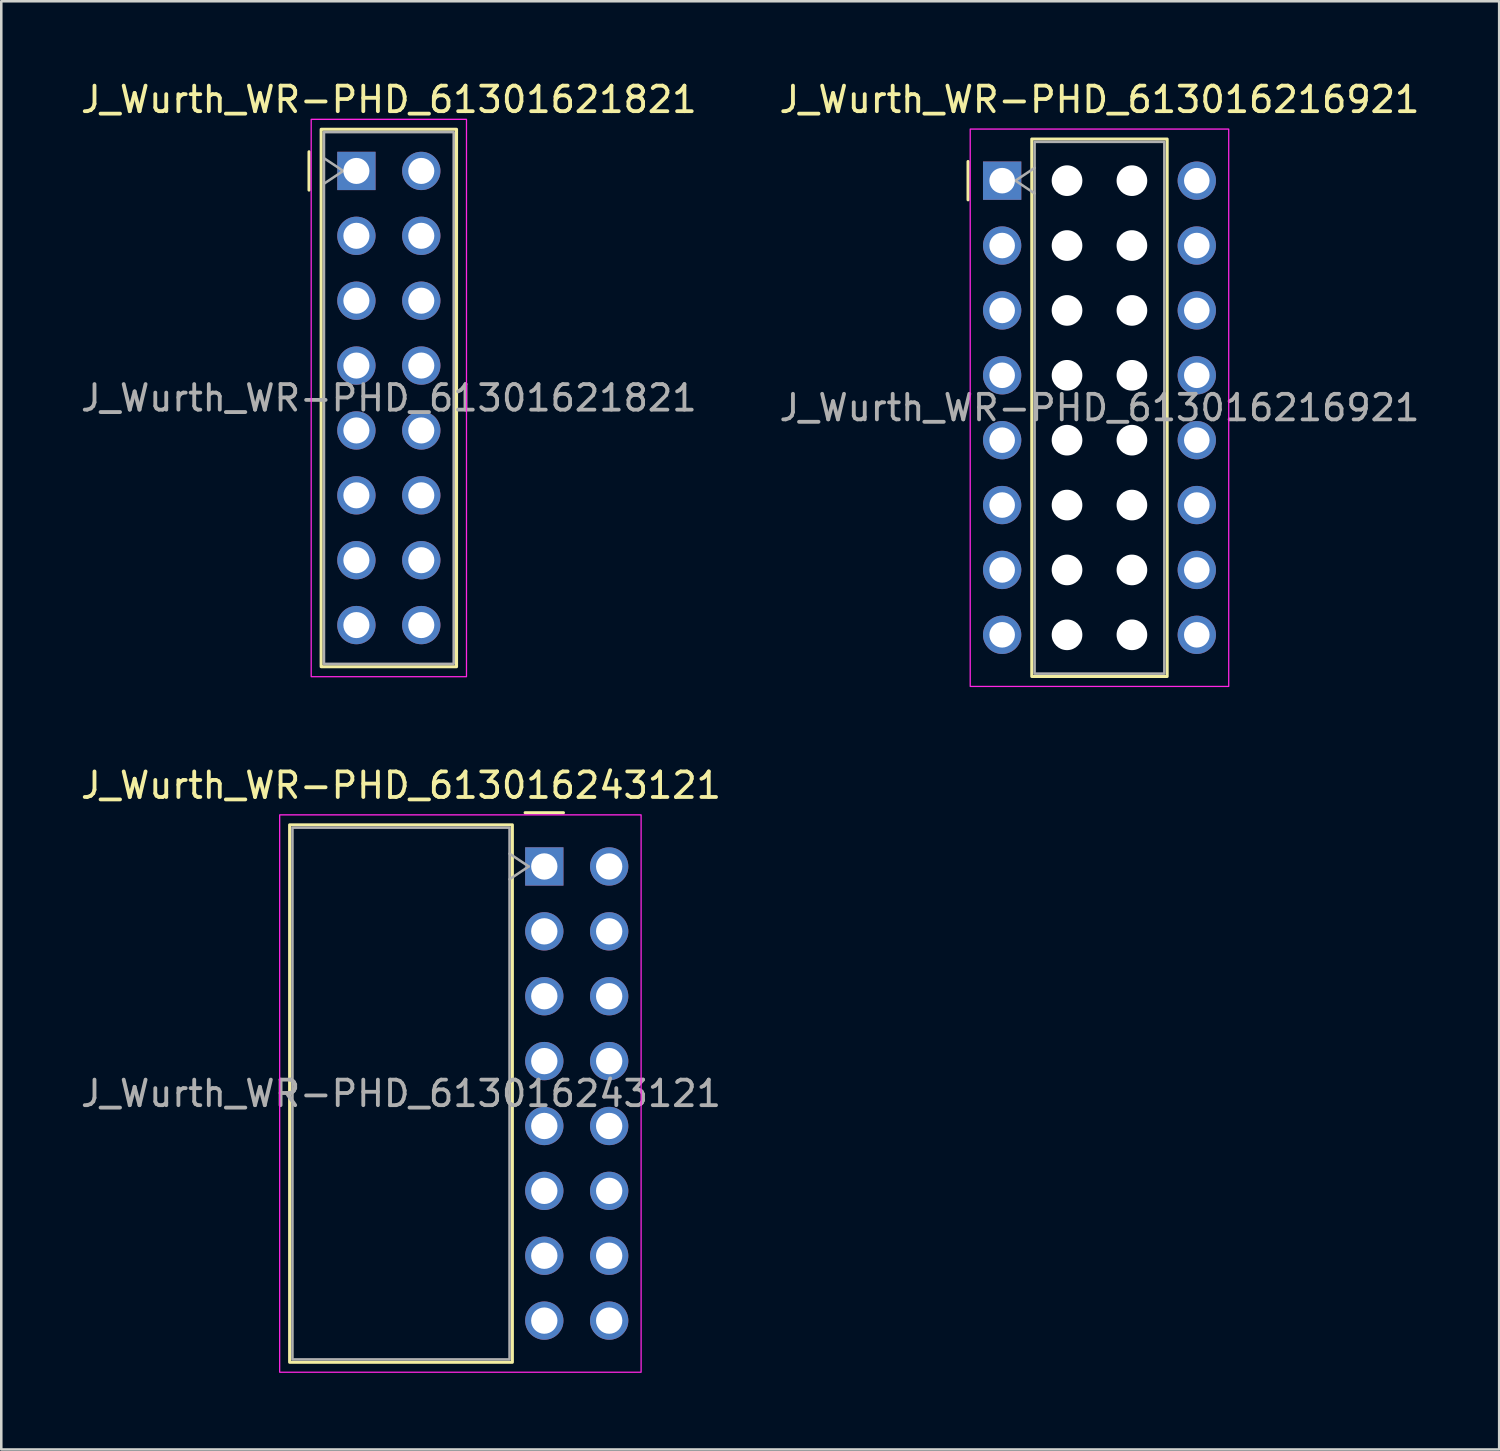
<source format=kicad_pcb>
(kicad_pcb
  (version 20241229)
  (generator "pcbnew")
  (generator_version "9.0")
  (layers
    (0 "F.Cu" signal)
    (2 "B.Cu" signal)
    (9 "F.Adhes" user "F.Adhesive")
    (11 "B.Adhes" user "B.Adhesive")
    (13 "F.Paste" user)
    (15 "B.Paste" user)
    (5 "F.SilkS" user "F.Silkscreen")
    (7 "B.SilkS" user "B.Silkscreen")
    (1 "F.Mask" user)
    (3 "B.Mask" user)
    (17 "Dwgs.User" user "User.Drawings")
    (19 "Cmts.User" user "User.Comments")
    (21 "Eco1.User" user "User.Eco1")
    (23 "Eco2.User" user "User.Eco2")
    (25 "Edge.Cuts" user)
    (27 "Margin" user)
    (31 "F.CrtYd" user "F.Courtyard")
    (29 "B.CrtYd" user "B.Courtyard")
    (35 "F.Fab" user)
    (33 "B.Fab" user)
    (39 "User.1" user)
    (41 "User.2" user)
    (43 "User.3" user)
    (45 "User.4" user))
  (footprint "J_Wurth_WR-PHD_61301621821"
    (layer "F.Cu")
    (at 10.903 3.642)
    (property "Reference" "J_Wurth_WR-PHD_61301621821" (at 1.27 -2.794 0) (unlocked yes) (layer "F.SilkS") (effects (font (size 1 1) (thickness 0.15))))
    (attr through_hole)
    (fp_line (start -1.855 -0.75) (end -1.855 0.75) (stroke (width 0.12) (type solid)) (layer "F.SilkS"))
    (fp_rect (start -1.38 -1.63) (end 3.92 19.41) (stroke (width 0.12) (type solid)) (fill no) (layer "F.SilkS"))
    (fp_rect (start -1.77 -2.02) (end 4.31 19.8) (stroke (width 0.05) (type solid)) (fill no) (layer "F.CrtYd"))
    (fp_line (start -1.27 -0.5) (end -0.52 0) (stroke (width 0.1) (type solid)) (layer "F.Fab"))
    (fp_line (start -0.52 0) (end -1.27 0.5) (stroke (width 0.1) (type solid)) (layer "F.Fab"))
    (fp_rect (start -1.27 -1.52) (end 3.81 19.3) (stroke (width 0.1) (type solid)) (fill no) (layer "F.Fab"))
    (fp_text user "${REFERENCE}" (at 1.27 8.89 0) (unlocked yes) (layer "F.Fab") (effects (font (size 1 1) (thickness 0.15))))
    (pad "1" thru_hole rect (at 0 0) (size 1.5 1.5) (drill 1.02) (layers "*.Cu" "*.Mask"))
    (pad "2" thru_hole circle (at 2.54 0) (size 1.5 1.5) (drill 1.02) (layers "*.Cu" "*.Mask"))
    (pad "3" thru_hole circle (at 0 2.54) (size 1.5 1.5) (drill 1.02) (layers "*.Cu" "*.Mask"))
    (pad "4" thru_hole circle (at 2.54 2.54) (size 1.5 1.5) (drill 1.02) (layers "*.Cu" "*.Mask"))
    (pad "5" thru_hole circle (at 0 5.08) (size 1.5 1.5) (drill 1.02) (layers "*.Cu" "*.Mask"))
    (pad "6" thru_hole circle (at 2.54 5.08) (size 1.5 1.5) (drill 1.02) (layers "*.Cu" "*.Mask"))
    (pad "7" thru_hole circle (at 0 7.62) (size 1.5 1.5) (drill 1.02) (layers "*.Cu" "*.Mask"))
    (pad "8" thru_hole circle (at 2.54 7.62) (size 1.5 1.5) (drill 1.02) (layers "*.Cu" "*.Mask"))
    (pad "9" thru_hole circle (at 0 10.16) (size 1.5 1.5) (drill 1.02) (layers "*.Cu" "*.Mask"))
    (pad "10" thru_hole circle (at 2.54 10.16) (size 1.5 1.5) (drill 1.02) (layers "*.Cu" "*.Mask"))
    (pad "11" thru_hole circle (at 0 12.7) (size 1.5 1.5) (drill 1.02) (layers "*.Cu" "*.Mask"))
    (pad "12" thru_hole circle (at 2.54 12.7) (size 1.5 1.5) (drill 1.02) (layers "*.Cu" "*.Mask"))
    (pad "13" thru_hole circle (at 0 15.24) (size 1.5 1.5) (drill 1.02) (layers "*.Cu" "*.Mask"))
    (pad "14" thru_hole circle (at 2.54 15.24) (size 1.5 1.5) (drill 1.02) (layers "*.Cu" "*.Mask"))
    (pad "15" thru_hole circle (at 0 17.78) (size 1.5 1.5) (drill 1.02) (layers "*.Cu" "*.Mask"))
    (pad "16" thru_hole circle (at 2.54 17.78) (size 1.5 1.5) (drill 1.02) (layers "*.Cu" "*.Mask")))
  (footprint "J_Wurth_WR-PHD_613016243121"
    (layer "F.Cu")
    (at 18.259 30.872)
    (property "Reference" "J_Wurth_WR-PHD_613016243121" (at -5.61 -3.175 0) (unlocked yes) (layer "F.SilkS") (effects (font (size 1 1) (thickness 0.15))))
    (attr through_hole)
    (fp_line (start -0.75 -2.105) (end 0.75 -2.105) (stroke (width 0.12) (type solid)) (layer "F.SilkS"))
    (fp_rect (start -9.97 -1.63) (end -1.25 19.41) (stroke (width 0.12) (type solid)) (fill no) (layer "F.SilkS"))
    (fp_rect (start -10.36 -2.02) (end 3.79 19.8) (stroke (width 0.05) (type solid)) (fill no) (layer "F.CrtYd"))
    (fp_line (start -0.61 0) (end -1.36 -0.5) (stroke (width 0.1) (type solid)) (layer "F.Fab"))
    (fp_line (start -0.61 0) (end -1.36 0.5) (stroke (width 0.1) (type solid)) (layer "F.Fab"))
    (fp_rect (start -9.86 -1.52) (end -1.36 19.3) (stroke (width 0.1) (type solid)) (fill no) (layer "F.Fab"))
    (fp_text user "${REFERENCE}" (at -5.61 8.89 0) (unlocked yes) (layer "F.Fab") (effects (font (size 1 1) (thickness 0.15))))
    (pad "1" thru_hole rect (at 0 0 270) (size 1.5 1.5) (drill 1.03) (layers "*.Cu" "*.Mask"))
    (pad "2" thru_hole circle (at 2.54 0 270) (size 1.5 1.5) (drill 1.03) (layers "*.Cu" "*.Mask"))
    (pad "3" thru_hole circle (at 0 2.54 270) (size 1.5 1.5) (drill 1.03) (layers "*.Cu" "*.Mask"))
    (pad "4" thru_hole circle (at 2.54 2.54 270) (size 1.5 1.5) (drill 1.03) (layers "*.Cu" "*.Mask"))
    (pad "5" thru_hole circle (at 0 5.08 270) (size 1.5 1.5) (drill 1.03) (layers "*.Cu" "*.Mask"))
    (pad "6" thru_hole circle (at 2.54 5.08 270) (size 1.5 1.5) (drill 1.03) (layers "*.Cu" "*.Mask"))
    (pad "7" thru_hole circle (at 0 7.62 270) (size 1.5 1.5) (drill 1.03) (layers "*.Cu" "*.Mask"))
    (pad "8" thru_hole circle (at 2.54 7.62 270) (size 1.5 1.5) (drill 1.03) (layers "*.Cu" "*.Mask"))
    (pad "9" thru_hole circle (at 0 10.16 270) (size 1.5 1.5) (drill 1.03) (layers "*.Cu" "*.Mask"))
    (pad "10" thru_hole circle (at 2.54 10.16 270) (size 1.5 1.5) (drill 1.03) (layers "*.Cu" "*.Mask"))
    (pad "11" thru_hole circle (at 0 12.7 270) (size 1.5 1.5) (drill 1.03) (layers "*.Cu" "*.Mask"))
    (pad "12" thru_hole circle (at 2.54 12.7 270) (size 1.5 1.5) (drill 1.03) (layers "*.Cu" "*.Mask"))
    (pad "13" thru_hole circle (at 0 15.24 270) (size 1.5 1.5) (drill 1.03) (layers "*.Cu" "*.Mask"))
    (pad "14" thru_hole circle (at 2.54 15.24 270) (size 1.5 1.5) (drill 1.03) (layers "*.Cu" "*.Mask"))
    (pad "15" thru_hole circle (at 0 17.78 270) (size 1.5 1.5) (drill 1.03) (layers "*.Cu" "*.Mask"))
    (pad "16" thru_hole circle (at 2.54 17.78 270) (size 1.5 1.5) (drill 1.03) (layers "*.Cu" "*.Mask")))
  (footprint "J_Wurth_WR-PHD_613016216921"
    (layer "F.Cu")
    (at 36.184 4.023)
    (property "Reference" "J_Wurth_WR-PHD_613016216921" (at 3.81 -3.175 0) (unlocked yes) (layer "F.SilkS") (effects (font (size 1 1) (thickness 0.15))))
    (attr through_hole)
    (fp_line (start -1.335 -0.75) (end -1.335 0.75) (stroke (width 0.12) (type solid)) (layer "F.SilkS"))
    (fp_rect (start 1.16 -1.63) (end 6.46 19.41) (stroke (width 0.12) (type solid)) (fill no) (layer "F.SilkS"))
    (fp_rect (start -1.25 -2.02) (end 8.87 19.8) (stroke (width 0.05) (type solid)) (fill no) (layer "F.CrtYd"))
    (fp_line (start 0.52 0) (end 1.27 -0.5) (stroke (width 0.1) (type solid)) (layer "F.Fab"))
    (fp_line (start 0.52 0) (end 1.27 0.5) (stroke (width 0.1) (type solid)) (layer "F.Fab"))
    (fp_rect (start 1.27 -1.52) (end 6.35 19.3) (stroke (width 0.1) (type solid)) (fill no) (layer "F.Fab"))
    (fp_text user "${REFERENCE}" (at 3.81 8.89 0) (unlocked yes) (layer "F.Fab") (effects (font (size 1 1) (thickness 0.15))))
    (pad "" np_thru_hole circle (at 2.54 0 270) (size 1.2 1.2) (drill 1.2) (layers "*.Cu" "*.Mask"))
    (pad "" np_thru_hole circle (at 2.54 2.54 270) (size 1.2 1.2) (drill 1.2) (layers "*.Cu" "*.Mask"))
    (pad "" np_thru_hole circle (at 2.54 5.08 270) (size 1.2 1.2) (drill 1.2) (layers "*.Cu" "*.Mask"))
    (pad "" np_thru_hole circle (at 2.54 7.62 270) (size 1.2 1.2) (drill 1.2) (layers "*.Cu" "*.Mask"))
    (pad "" np_thru_hole circle (at 2.54 10.16 270) (size 1.2 1.2) (drill 1.2) (layers "*.Cu" "*.Mask"))
    (pad "" np_thru_hole circle (at 2.54 12.7 270) (size 1.2 1.2) (drill 1.2) (layers "*.Cu" "*.Mask"))
    (pad "" np_thru_hole circle (at 2.54 15.24 270) (size 1.2 1.2) (drill 1.2) (layers "*.Cu" "*.Mask"))
    (pad "" np_thru_hole circle (at 2.54 17.78 270) (size 1.2 1.2) (drill 1.2) (layers "*.Cu" "*.Mask"))
    (pad "" np_thru_hole circle (at 5.08 0 270) (size 1.2 1.2) (drill 1.2) (layers "*.Cu" "*.Mask"))
    (pad "" np_thru_hole circle (at 5.08 2.54 270) (size 1.2 1.2) (drill 1.2) (layers "*.Cu" "*.Mask"))
    (pad "" np_thru_hole circle (at 5.08 5.08 270) (size 1.2 1.2) (drill 1.2) (layers "*.Cu" "*.Mask"))
    (pad "" np_thru_hole circle (at 5.08 7.62 270) (size 1.2 1.2) (drill 1.2) (layers "*.Cu" "*.Mask"))
    (pad "" np_thru_hole circle (at 5.08 10.16 270) (size 1.2 1.2) (drill 1.2) (layers "*.Cu" "*.Mask"))
    (pad "" np_thru_hole circle (at 5.08 12.7 270) (size 1.2 1.2) (drill 1.2) (layers "*.Cu" "*.Mask"))
    (pad "" np_thru_hole circle (at 5.08 15.24 270) (size 1.2 1.2) (drill 1.2) (layers "*.Cu" "*.Mask"))
    (pad "" np_thru_hole circle (at 5.08 17.78 270) (size 1.2 1.2) (drill 1.2) (layers "*.Cu" "*.Mask"))
    (pad "1" thru_hole rect (at 0 0 270) (size 1.5 1.5) (drill 1) (layers "*.Cu" "*.Mask"))
    (pad "2" thru_hole circle (at 7.62 0 270) (size 1.5 1.5) (drill 1) (layers "*.Cu" "*.Mask"))
    (pad "3" thru_hole circle (at 0 2.54 270) (size 1.5 1.5) (drill 1) (layers "*.Cu" "*.Mask"))
    (pad "4" thru_hole circle (at 7.62 2.54 270) (size 1.5 1.5) (drill 1) (layers "*.Cu" "*.Mask"))
    (pad "5" thru_hole circle (at 0 5.08 270) (size 1.5 1.5) (drill 1) (layers "*.Cu" "*.Mask"))
    (pad "6" thru_hole circle (at 7.62 5.08 270) (size 1.5 1.5) (drill 1) (layers "*.Cu" "*.Mask"))
    (pad "7" thru_hole circle (at 0 7.62 270) (size 1.5 1.5) (drill 1) (layers "*.Cu" "*.Mask"))
    (pad "8" thru_hole circle (at 7.62 7.62 270) (size 1.5 1.5) (drill 1) (layers "*.Cu" "*.Mask"))
    (pad "9" thru_hole circle (at 0 10.16 270) (size 1.5 1.5) (drill 1) (layers "*.Cu" "*.Mask"))
    (pad "10" thru_hole circle (at 7.62 10.16 270) (size 1.5 1.5) (drill 1) (layers "*.Cu" "*.Mask"))
    (pad "11" thru_hole circle (at 0 12.7 270) (size 1.5 1.5) (drill 1) (layers "*.Cu" "*.Mask"))
    (pad "12" thru_hole circle (at 7.62 12.7 270) (size 1.5 1.5) (drill 1) (layers "*.Cu" "*.Mask"))
    (pad "13" thru_hole circle (at 0 15.24 270) (size 1.5 1.5) (drill 1) (layers "*.Cu" "*.Mask"))
    (pad "14" thru_hole circle (at 7.62 15.24 270) (size 1.5 1.5) (drill 1) (layers "*.Cu" "*.Mask"))
    (pad "15" thru_hole circle (at 0 17.78 270) (size 1.5 1.5) (drill 1) (layers "*.Cu" "*.Mask"))
    (pad "16" thru_hole circle (at 7.62 17.78 270) (size 1.5 1.5) (drill 1) (layers "*.Cu" "*.Mask")))
  (gr_rect
    (start -3 -3)
    (end 55.643 53.697)
    (stroke (width 0.1) (type default))
    (fill no)
    (layer "Edge.Cuts")))
</source>
